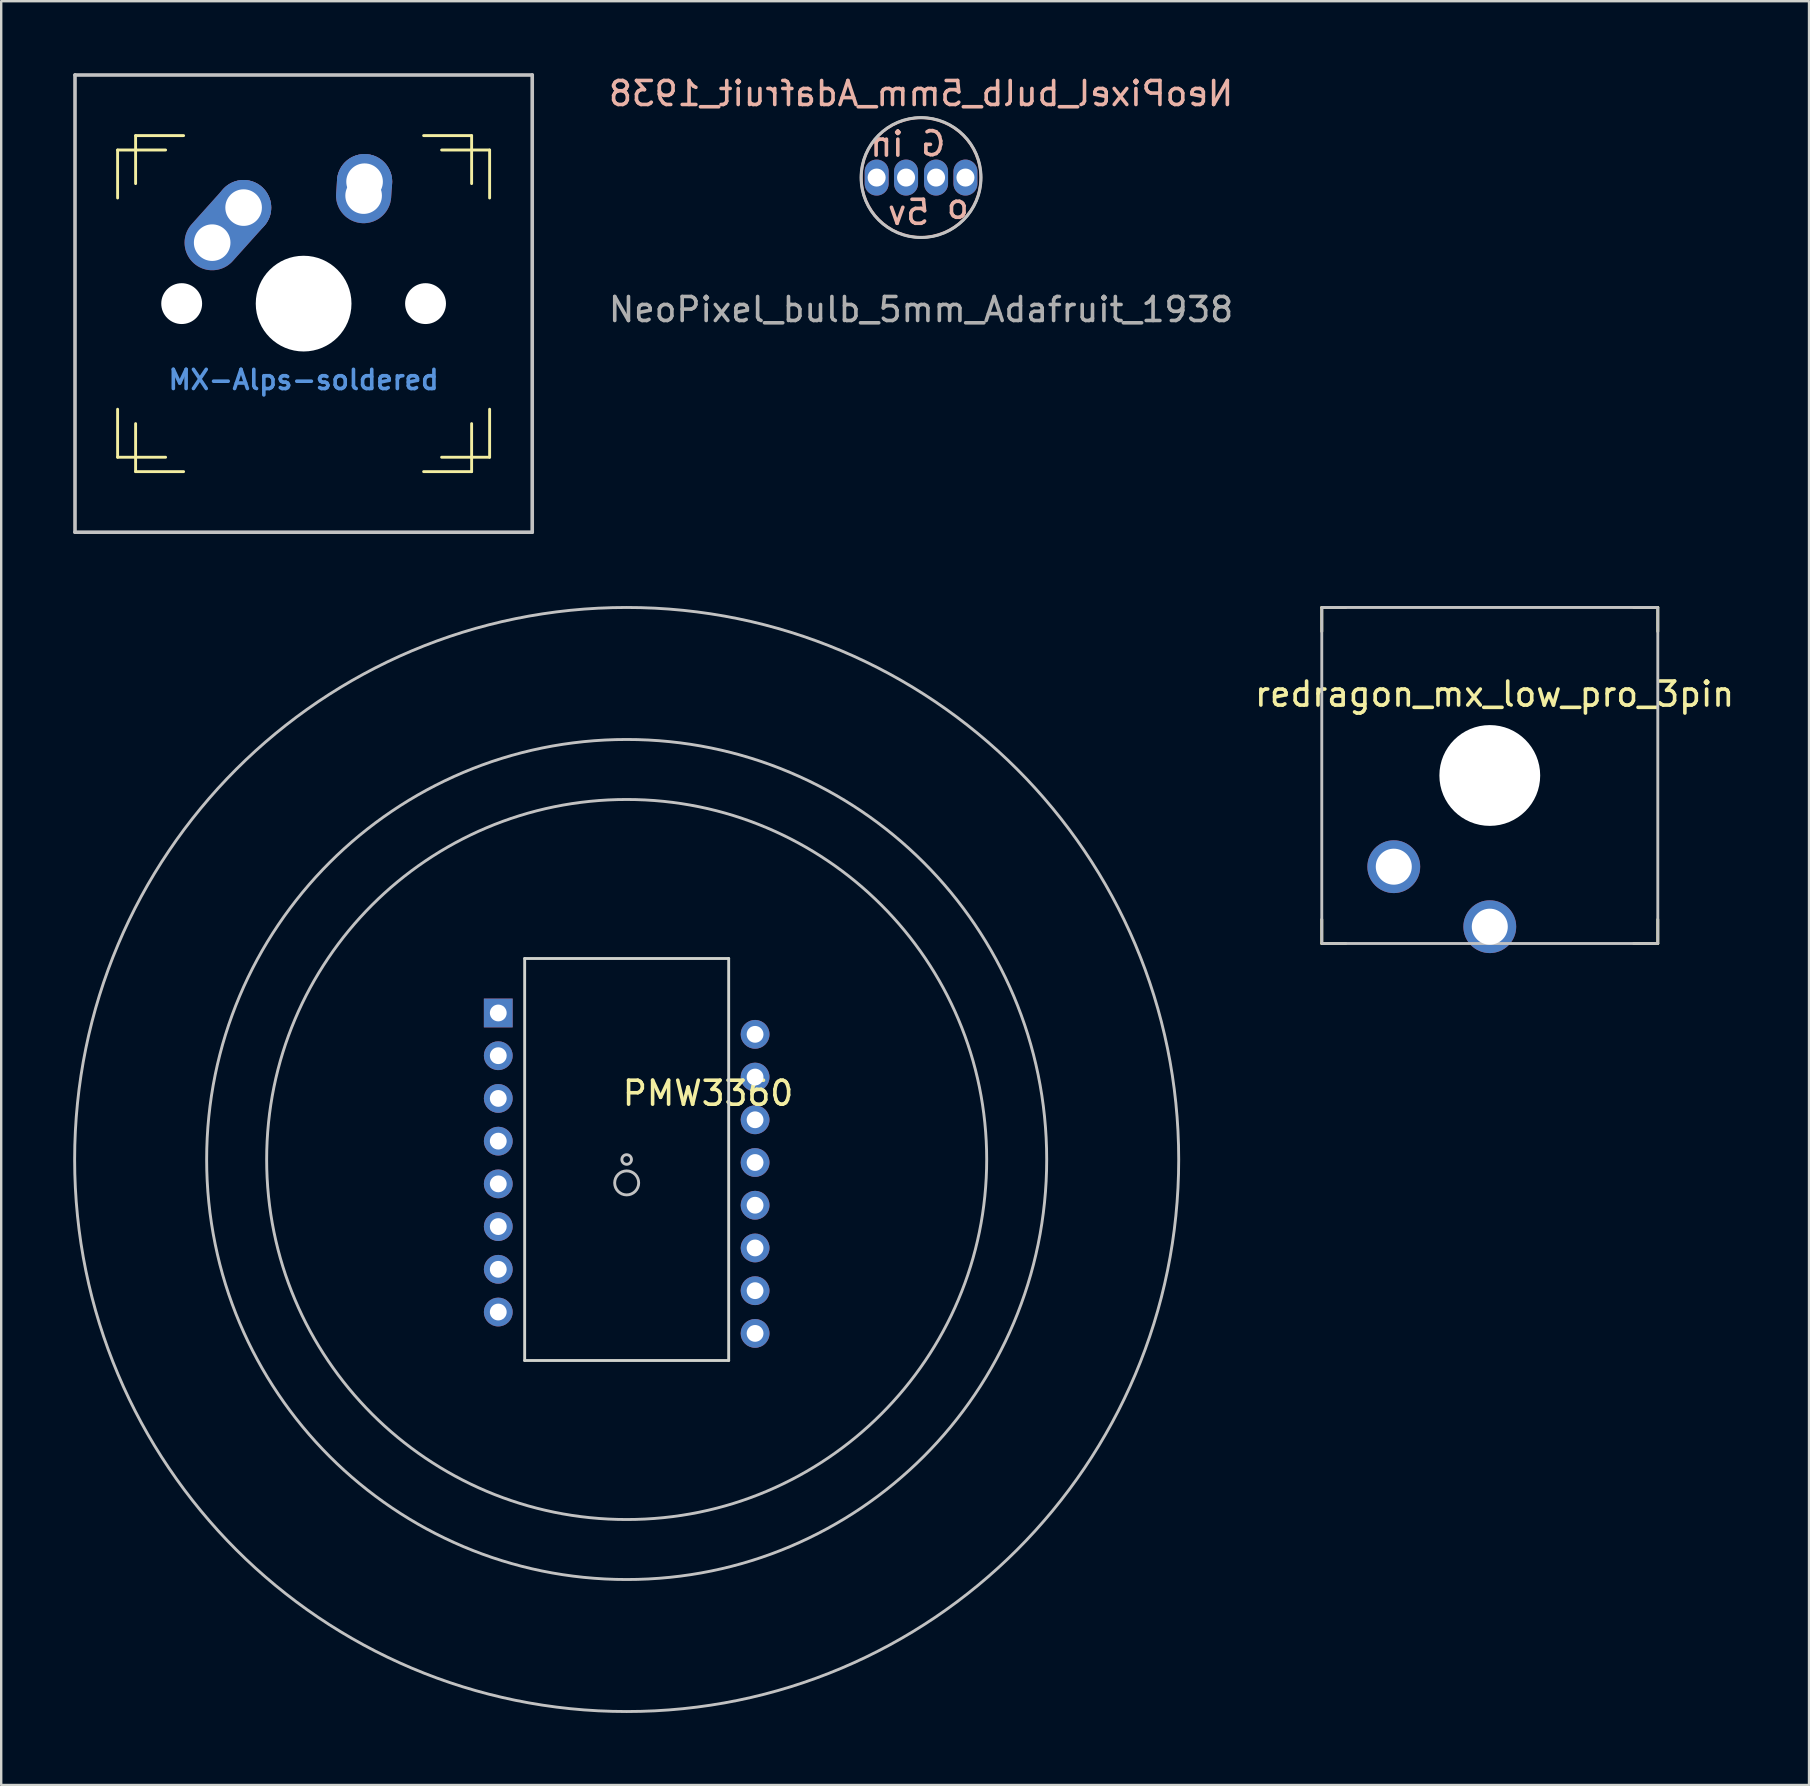
<source format=kicad_pcb>
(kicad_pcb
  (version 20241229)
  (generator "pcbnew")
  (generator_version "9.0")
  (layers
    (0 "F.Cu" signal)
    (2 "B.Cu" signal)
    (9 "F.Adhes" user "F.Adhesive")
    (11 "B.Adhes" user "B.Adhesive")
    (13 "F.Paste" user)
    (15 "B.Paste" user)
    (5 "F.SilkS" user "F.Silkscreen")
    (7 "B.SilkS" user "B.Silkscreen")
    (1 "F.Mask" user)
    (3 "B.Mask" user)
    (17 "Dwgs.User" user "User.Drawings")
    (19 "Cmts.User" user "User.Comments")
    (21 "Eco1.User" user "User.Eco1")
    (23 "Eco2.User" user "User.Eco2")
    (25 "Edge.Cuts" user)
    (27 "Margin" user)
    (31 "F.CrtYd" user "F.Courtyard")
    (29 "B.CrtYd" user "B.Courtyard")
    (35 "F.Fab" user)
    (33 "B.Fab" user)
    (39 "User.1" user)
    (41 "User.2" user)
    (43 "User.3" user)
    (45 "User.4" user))
  (footprint "redragon_mx_low_pro_3pin"
    (layer "F.Cu")
    (at 59.021 29.26)
    (property "Reference" "redragon_mx_low_pro_3pin" (at 0.2 -3.39 0) (unlocked yes) (layer "F.SilkS") (effects (font (size 1 1) (thickness 0.15))))
    (attr through_hole)
    (fp_line (start -7 -7) (end -6 -7) (stroke (width 0.12) (type solid)) (layer "F.SilkS"))
    (fp_line (start -7 -6) (end -7 -7) (stroke (width 0.12) (type solid)) (layer "F.SilkS"))
    (fp_line (start -7 7) (end -7 6) (stroke (width 0.12) (type solid)) (layer "F.SilkS"))
    (fp_line (start -6 7) (end -7 7) (stroke (width 0.12) (type solid)) (layer "F.SilkS"))
    (fp_line (start 6 -7) (end 7 -7) (stroke (width 0.12) (type solid)) (layer "F.SilkS"))
    (fp_line (start 7 -7) (end 7 -6) (stroke (width 0.12) (type solid)) (layer "F.SilkS"))
    (fp_line (start 7 6) (end 7 7) (stroke (width 0.12) (type solid)) (layer "F.SilkS"))
    (fp_line (start 7 7) (end 6 7) (stroke (width 0.12) (type solid)) (layer "F.SilkS"))
    (fp_rect (start -7 -7) (end 7 7) (stroke (width 0.12) (type solid)) (fill no) (layer "Dwgs.User"))
    (pad "" np_thru_hole circle (at 0 0) (size 4.2 4.2) (drill 4.2) (layers "*.Cu" "*.Mask"))
    (pad "1" thru_hole circle (at 0 6.3) (size 2.2 2.2) (drill 1.5) (layers "*.Cu" "*.Mask"))
    (pad "2" thru_hole circle (at -4 3.8) (size 2.2 2.2) (drill 1.5) (layers "*.Cu" "*.Mask")))
  (footprint "PMW3360"
    (layer "F.Cu")
    (at 23.06 45.26)
    (property "Reference" "PMW3360" (at 3.39 -2.76 0) (layer "F.SilkS") (effects (font (size 1 1) (thickness 0.15))))
    (attr through_hole)
    (fp_circle (center 0 0) (end 0 -23) (stroke (width 0.12) (type solid)) (fill no) (layer "Dwgs.User"))
    (fp_circle (center 0 0) (end 0 -15) (stroke (width 0.12) (type solid)) (fill no) (layer "Dwgs.User"))
    (fp_circle (center 0 0) (end 0 -0.2) (stroke (width 0.12) (type solid)) (fill no) (layer "Dwgs.User"))
    (fp_circle (center 0 0) (end 17.5 0) (stroke (width 0.12) (type solid)) (fill no) (layer "Dwgs.User"))
    (fp_circle (center 0 0.975) (end 0 0.475) (stroke (width 0.12) (type solid)) (fill no) (layer "Dwgs.User"))
    (fp_line (start -4.25 -8.375) (end -4.25 8.375) (stroke (width 0.12) (type solid)) (layer "Edge.Cuts"))
    (fp_line (start -4.25 -8.375) (end 4.25 -8.375) (stroke (width 0.12) (type solid)) (layer "Edge.Cuts"))
    (fp_line (start -4.25 8.375) (end 4.25 8.375) (stroke (width 0.12) (type solid)) (layer "Edge.Cuts"))
    (fp_line (start 4.25 -8.375) (end 4.25 8.375) (stroke (width 0.12) (type solid)) (layer "Edge.Cuts"))
    (pad "1" thru_hole rect (at -5.35 -6.105) (size 1.2 1.2) (drill 0.7) (layers "*.Cu" "*.Mask"))
    (pad "2" thru_hole circle (at -5.35 -4.325) (size 1.2 1.2) (drill 0.7) (layers "*.Cu" "*.Mask"))
    (pad "3" thru_hole circle (at -5.35 -2.545) (size 1.2 1.2) (drill 0.7) (layers "*.Cu" "*.Mask"))
    (pad "4" thru_hole circle (at -5.35 -0.765) (size 1.2 1.2) (drill 0.7) (layers "*.Cu" "*.Mask"))
    (pad "5" thru_hole circle (at -5.35 1.015) (size 1.2 1.2) (drill 0.7) (layers "*.Cu" "*.Mask"))
    (pad "6" thru_hole circle (at -5.35 2.795) (size 1.2 1.2) (drill 0.7) (layers "*.Cu" "*.Mask"))
    (pad "7" thru_hole circle (at -5.35 4.575) (size 1.2 1.2) (drill 0.7) (layers "*.Cu" "*.Mask"))
    (pad "8" thru_hole circle (at -5.35 6.355) (size 1.2 1.2) (drill 0.7) (layers "*.Cu" "*.Mask"))
    (pad "9" thru_hole circle (at 5.35 7.245) (size 1.2 1.2) (drill 0.7) (layers "*.Cu" "*.Mask"))
    (pad "10" thru_hole circle (at 5.35 5.465) (size 1.2 1.2) (drill 0.7) (layers "*.Cu" "*.Mask"))
    (pad "11" thru_hole circle (at 5.35 3.685) (size 1.2 1.2) (drill 0.7) (layers "*.Cu" "*.Mask"))
    (pad "12" thru_hole circle (at 5.35 1.905) (size 1.2 1.2) (drill 0.7) (layers "*.Cu" "*.Mask"))
    (pad "13" thru_hole circle (at 5.35 0.125) (size 1.2 1.2) (drill 0.7) (layers "*.Cu" "*.Mask"))
    (pad "14" thru_hole circle (at 5.35 -1.655) (size 1.2 1.2) (drill 0.7) (layers "*.Cu" "*.Mask"))
    (pad "15" thru_hole circle (at 5.35 -3.435) (size 1.2 1.2) (drill 0.7) (layers "*.Cu" "*.Mask"))
    (pad "16" thru_hole circle (at 5.35 -5.215) (size 1.2 1.2) (drill 0.7) (layers "*.Cu" "*.Mask")))
  (footprint "MX-Alps-soldered"
    (layer "F.Cu")
    (at 9.6 9.6)
    (property "Reference" "MX-Alps-soldered" (at 0 3.175 0) (layer "Cmts.User") (effects (font (size 0.8 0.8) (thickness 0.15))))
    (attr through_hole)
    (fp_line (start -7.75 -6.4) (end -7.75 -4.4) (stroke (width 0.12) (type solid)) (layer "F.SilkS"))
    (fp_line (start -7.75 -6.4) (end -5.75 -6.4) (stroke (width 0.12) (type solid)) (layer "F.SilkS"))
    (fp_line (start -7.75 6.4) (end -7.75 4.4) (stroke (width 0.12) (type solid)) (layer "F.SilkS"))
    (fp_line (start -7.75 6.4) (end -5.75 6.4) (stroke (width 0.12) (type solid)) (layer "F.SilkS"))
    (fp_line (start -7 -7) (end -7 -5) (stroke (width 0.12) (type solid)) (layer "F.SilkS"))
    (fp_line (start -7 -7) (end -5 -7) (stroke (width 0.12) (type solid)) (layer "F.SilkS"))
    (fp_line (start -7 7) (end -7 5) (stroke (width 0.12) (type solid)) (layer "F.SilkS"))
    (fp_line (start -7 7) (end -5 7) (stroke (width 0.12) (type solid)) (layer "F.SilkS"))
    (fp_line (start 7 -7) (end 5 -7) (stroke (width 0.12) (type solid)) (layer "F.SilkS"))
    (fp_line (start 7 -7) (end 7 -5) (stroke (width 0.12) (type solid)) (layer "F.SilkS"))
    (fp_line (start 7 7) (end 5 7) (stroke (width 0.12) (type solid)) (layer "F.SilkS"))
    (fp_line (start 7 7) (end 7 5) (stroke (width 0.12) (type solid)) (layer "F.SilkS"))
    (fp_line (start 7.75 -6.4) (end 5.75 -6.4) (stroke (width 0.12) (type solid)) (layer "F.SilkS"))
    (fp_line (start 7.75 -6.4) (end 7.75 -4.4) (stroke (width 0.12) (type solid)) (layer "F.SilkS"))
    (fp_line (start 7.75 6.4) (end 5.75 6.4) (stroke (width 0.12) (type solid)) (layer "F.SilkS"))
    (fp_line (start 7.75 6.4) (end 7.75 4.4) (stroke (width 0.12) (type solid)) (layer "F.SilkS"))
    (fp_line (start -9.525 9.525) (end -9.525 -9.525) (stroke (width 0.15) (type solid)) (layer "Dwgs.User"))
    (fp_line (start 9.525 -9.525) (end -9.525 -9.525) (stroke (width 0.15) (type solid)) (layer "Dwgs.User"))
    (fp_line (start 9.525 9.525) (end -9.525 9.525) (stroke (width 0.15) (type solid)) (layer "Dwgs.User"))
    (fp_line (start 9.525 9.525) (end 9.525 -9.525) (stroke (width 0.15) (type solid)) (layer "Dwgs.User"))
    (fp_line (start -7 -7) (end -7 7) (stroke (width 0.15) (type solid)) (layer "User.1"))
    (fp_line (start -7 7) (end 7 7) (stroke (width 0.15) (type solid)) (layer "User.1"))
    (fp_line (start 7 -7) (end -7 -7) (stroke (width 0.15) (type solid)) (layer "User.1"))
    (fp_line (start 7 -7) (end 7 7) (stroke (width 0.15) (type solid)) (layer "User.1"))
    (fp_line (start -7.75 -6.4) (end -7.75 6.4) (stroke (width 0.12) (type solid)) (layer "User.2"))
    (fp_line (start -7.75 -6.4) (end 7.75 -6.4) (stroke (width 0.12) (type solid)) (layer "User.2"))
    (fp_line (start -7.75 6.4) (end 7.75 6.4) (stroke (width 0.12) (type solid)) (layer "User.2"))
    (fp_line (start 7.75 6.4) (end 7.75 -6.4) (stroke (width 0.12) (type solid)) (layer "User.2"))
    (pad "" np_thru_hole circle (at -5.08 0 48.099) (size 1.702 1.702) (drill 1.702) (layers "*.Cu" "*.Mask"))
    (pad "" np_thru_hole circle (at 0 0) (size 3.988 3.988) (drill 3.988) (layers "*.Cu" "*.Mask"))
    (pad "" np_thru_hole circle (at 5.08 0 48.099) (size 1.702 1.702) (drill 1.702) (layers "*.Cu" "*.Mask"))
    (pad "1" thru_hole oval (at -3.81 -2.54 48.099) (size 4.262 2.3) (drill 1.524 (offset 0.981 0)) (layers "*.Cu" "B.Mask"))
    (pad "1" thru_hole circle (at -2.5 -4) (size 2.3 2.3) (drill 1.524) (layers "*.Cu" "B.Mask"))
    (pad "2" thru_hole oval (at 2.5 -4.5 86.054) (size 2.881 2.3) (drill 1.524 (offset 0.291 0)) (layers "*.Cu" "B.Mask"))
    (pad "2" thru_hole circle (at 2.54 -5.08) (size 2.3 2.3) (drill 1.524) (layers "*.Cu" "B.Mask")))
  (footprint "NeoPixel_bulb_5mm_Adafruit_1938"
    (layer "F.Cu")
    (at 35.325 4.348)
    (property "Reference" "NeoPixel_bulb_5mm_Adafruit_1938" (at 0 -3.5 0) (unlocked yes) (layer "B.SilkS") (effects (font (size 1 1) (thickness 0.15)) (justify mirror)))
    (attr through_hole)
    (fp_circle (center 0 0) (end 0 -2.49) (stroke (width 0.12) (type solid)) (fill no) (layer "B.SilkS"))
    (fp_circle (center 0 0) (end 0 -2.5) (stroke (width 0.12) (type solid)) (fill no) (layer "Dwgs.User"))
    (fp_text user "G" (at 0.51 -1.41 0) (unlocked yes) (layer "B.SilkS") (effects (font (size 1 1) (thickness 0.15)) (justify mirror)))
    (fp_text user "in" (at -1.42 -1.39 0) (unlocked yes) (layer "B.SilkS") (effects (font (size 1 1) (thickness 0.15)) (justify mirror)))
    (fp_text user "o" (at 1.53 1.2 0) (unlocked yes) (layer "B.SilkS") (effects (font (size 1 1) (thickness 0.15)) (justify mirror)))
    (fp_text user "5v" (at -0.52 1.45 0) (unlocked yes) (layer "B.SilkS") (effects (font (size 1 1) (thickness 0.15)) (justify mirror)))
    (fp_text user "${REFERENCE}" (at 0 5.5 0) (unlocked yes) (layer "F.Fab") (effects (font (size 1 1) (thickness 0.15))))
    (pad "1" thru_hole oval (at -0.625 0) (size 1 1.5) (drill 0.75) (layers "*.Cu" "*.Mask"))
    (pad "2" thru_hole oval (at 1.85 0) (size 1 1.5) (drill 0.75) (layers "*.Cu" "*.Mask"))
    (pad "3" thru_hole oval (at 0.625 0) (size 1 1.5) (drill 0.75) (layers "*.Cu" "*.Mask"))
    (pad "4" thru_hole oval (at -1.85 0) (size 1 1.5) (drill 0.75) (layers "*.Cu" "*.Mask")))
  (gr_rect
    (start -3 -3)
    (end 72.322 71.32)
    (stroke (width 0.1) (type default))
    (fill no)
    (layer "Edge.Cuts")))
</source>
